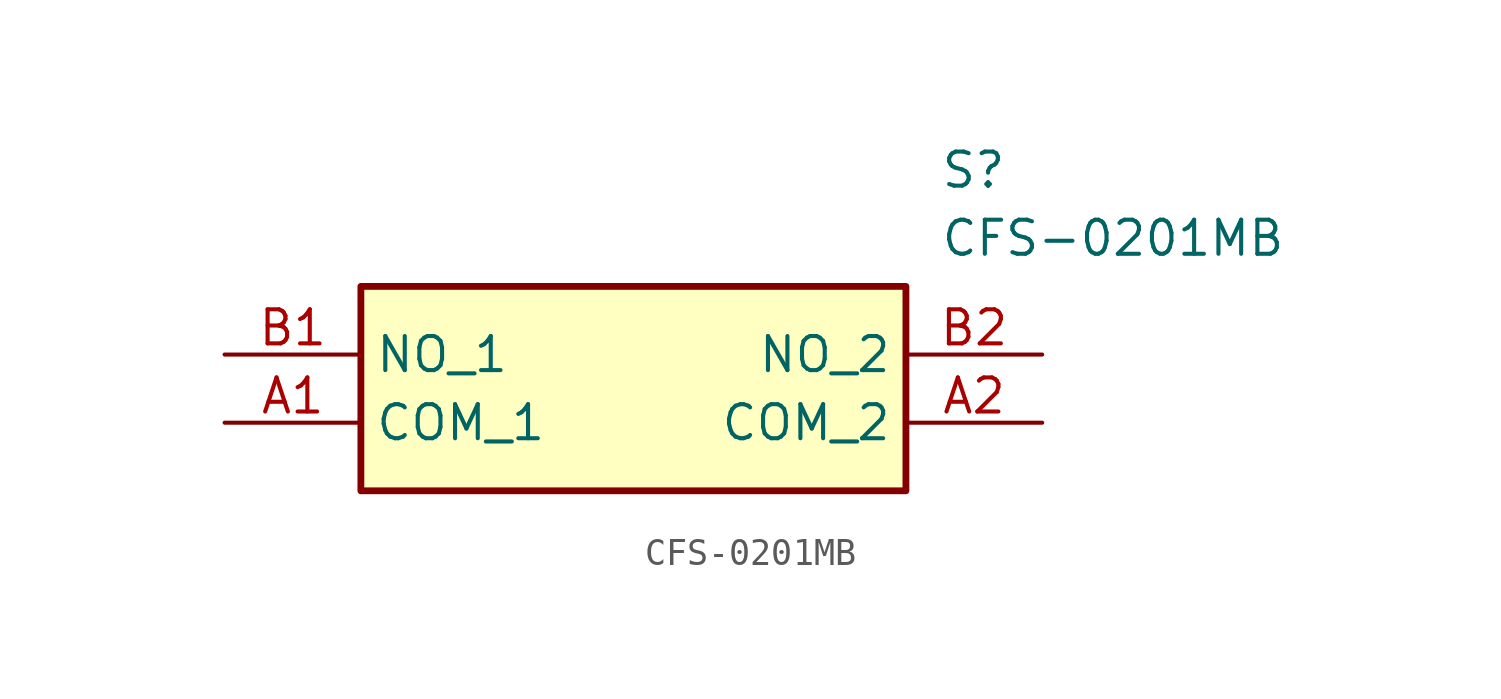
<source format=kicad_sym>
(kicad_symbol_lib
  (version 20211014)
  (generator SamacSys_ECAD_Model)
  (symbol "CFS-0201MB"
    (property "Reference" "S"
      (at 26.67 7.62 0)
      (effects (font (size 1.27 1.27)) (justify left top)))
    (property "Value" "CFS-0201MB"
      (at 26.67 5.08 0)
      (effects (font (size 1.27 1.27)) (justify left top)))
    (rectangle
      (start 5.08 2.54)
      (end 25.4 -5.08)
      (stroke (width 0.254) (type default))
      (fill (type background)))
    (pin passive line
      (at 0 -2.54 0)
      (length 5.08)
      (name "COM_1" (effects (font (size 1.27 1.27))))
      (number "A1" (effects (font (size 1.27 1.27)))))
    (pin passive line
      (at 30.48 -2.54 180)
      (length 5.08)
      (name "COM_2" (effects (font (size 1.27 1.27))))
      (number "A2" (effects (font (size 1.27 1.27)))))
    (pin passive line
      (at 0 0 0)
      (length 5.08)
      (name "NO_1" (effects (font (size 1.27 1.27))))
      (number "B1" (effects (font (size 1.27 1.27)))))
    (pin passive line
      (at 30.48 0 180)
      (length 5.08)
      (name "NO_2" (effects (font (size 1.27 1.27))))
      (number "B2" (effects (font (size 1.27 1.27)))))))
</source>
